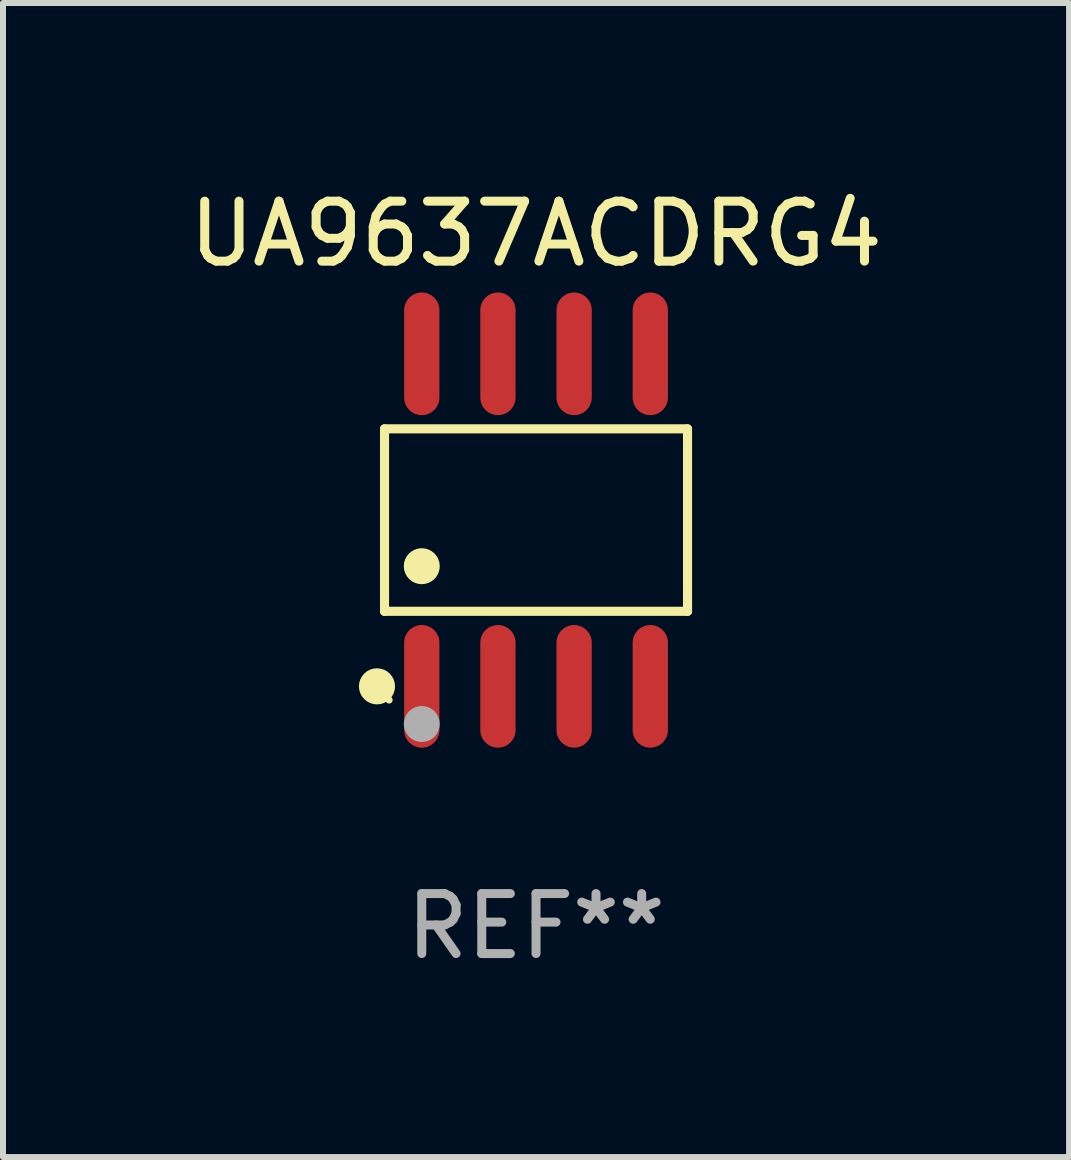
<source format=kicad_pcb>
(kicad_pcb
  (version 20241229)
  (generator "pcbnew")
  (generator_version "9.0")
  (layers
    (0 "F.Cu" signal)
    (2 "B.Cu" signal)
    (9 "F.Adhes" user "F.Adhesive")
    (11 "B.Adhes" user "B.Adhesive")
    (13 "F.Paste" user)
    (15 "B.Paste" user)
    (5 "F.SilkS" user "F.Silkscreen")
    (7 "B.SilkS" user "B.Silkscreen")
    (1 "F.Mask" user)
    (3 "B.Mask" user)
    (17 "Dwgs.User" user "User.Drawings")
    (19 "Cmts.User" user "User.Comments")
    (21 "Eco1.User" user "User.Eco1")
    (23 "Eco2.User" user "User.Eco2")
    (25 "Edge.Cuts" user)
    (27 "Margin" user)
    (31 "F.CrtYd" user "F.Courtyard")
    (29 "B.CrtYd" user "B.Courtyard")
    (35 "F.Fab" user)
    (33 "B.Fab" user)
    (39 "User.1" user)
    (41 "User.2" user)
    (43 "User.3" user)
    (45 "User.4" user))
  (footprint "UA9637ACDRG4"
    (layer "F.Cu")
    (at 5.887 5.621)
    (property "Reference" "UA9637ACDRG4" (at 0 -4.772 0) (layer "F.SilkS") (effects (font (size 1 1) (thickness 0.15))))
    (attr through_hole)
    (fp_line (start -2.526 -1.521) (end 2.526 -1.521) (stroke (width 0.152) (type solid)) (layer "F.SilkS"))
    (fp_line (start -2.526 1.521) (end -2.526 -1.521) (stroke (width 0.152) (type solid)) (layer "F.SilkS"))
    (fp_line (start 2.526 -1.521) (end 2.526 1.521) (stroke (width 0.152) (type solid)) (layer "F.SilkS"))
    (fp_line (start 2.526 1.521) (end -2.526 1.521) (stroke (width 0.152) (type solid)) (layer "F.SilkS"))
    (fp_circle (center -2.652 2.772) (end -2.501 2.772) (stroke (width 0.3) (type solid)) (fill no) (layer "F.SilkS"))
    (fp_circle (center -2.45 3) (end -2.42 3) (stroke (width 0.06) (type solid)) (fill no) (layer "F.SilkS"))
    (fp_circle (center -1.905 0.769) (end -1.755 0.769) (stroke (width 0.3) (type solid)) (fill no) (layer "F.SilkS"))
    (fp_circle (center -1.905 3.4) (end -1.755 3.4) (stroke (width 0.3) (type solid)) (fill no) (layer "F.Fab"))
    (fp_text user "REF**" (at 0 6.772 0) (layer "F.Fab") (effects (font (size 1 1) (thickness 0.15))))
    (pad "1" smd oval (at -1.905 2.772) (size 0.588 2.045) (layers "F.Cu" "F.Mask" "F.Paste"))
    (pad "2" smd oval (at -0.635 2.772) (size 0.588 2.045) (layers "F.Cu" "F.Mask" "F.Paste"))
    (pad "3" smd oval (at 0.635 2.772) (size 0.588 2.045) (layers "F.Cu" "F.Mask" "F.Paste"))
    (pad "4" smd oval (at 1.905 2.772) (size 0.588 2.045) (layers "F.Cu" "F.Mask" "F.Paste"))
    (pad "5" smd oval (at 1.905 -2.772) (size 0.588 2.045) (layers "F.Cu" "F.Mask" "F.Paste"))
    (pad "6" smd oval (at 0.635 -2.772) (size 0.588 2.045) (layers "F.Cu" "F.Mask" "F.Paste"))
    (pad "7" smd oval (at -0.635 -2.772) (size 0.588 2.045) (layers "F.Cu" "F.Mask" "F.Paste"))
    (pad "8" smd oval (at -1.905 -2.772) (size 0.588 2.045) (layers "F.Cu" "F.Mask" "F.Paste")))
  (gr_rect
    (start -3 -3)
    (end 14.774 16.241)
    (stroke (width 0.1) (type default))
    (fill no)
    (layer "Edge.Cuts")))
</source>
